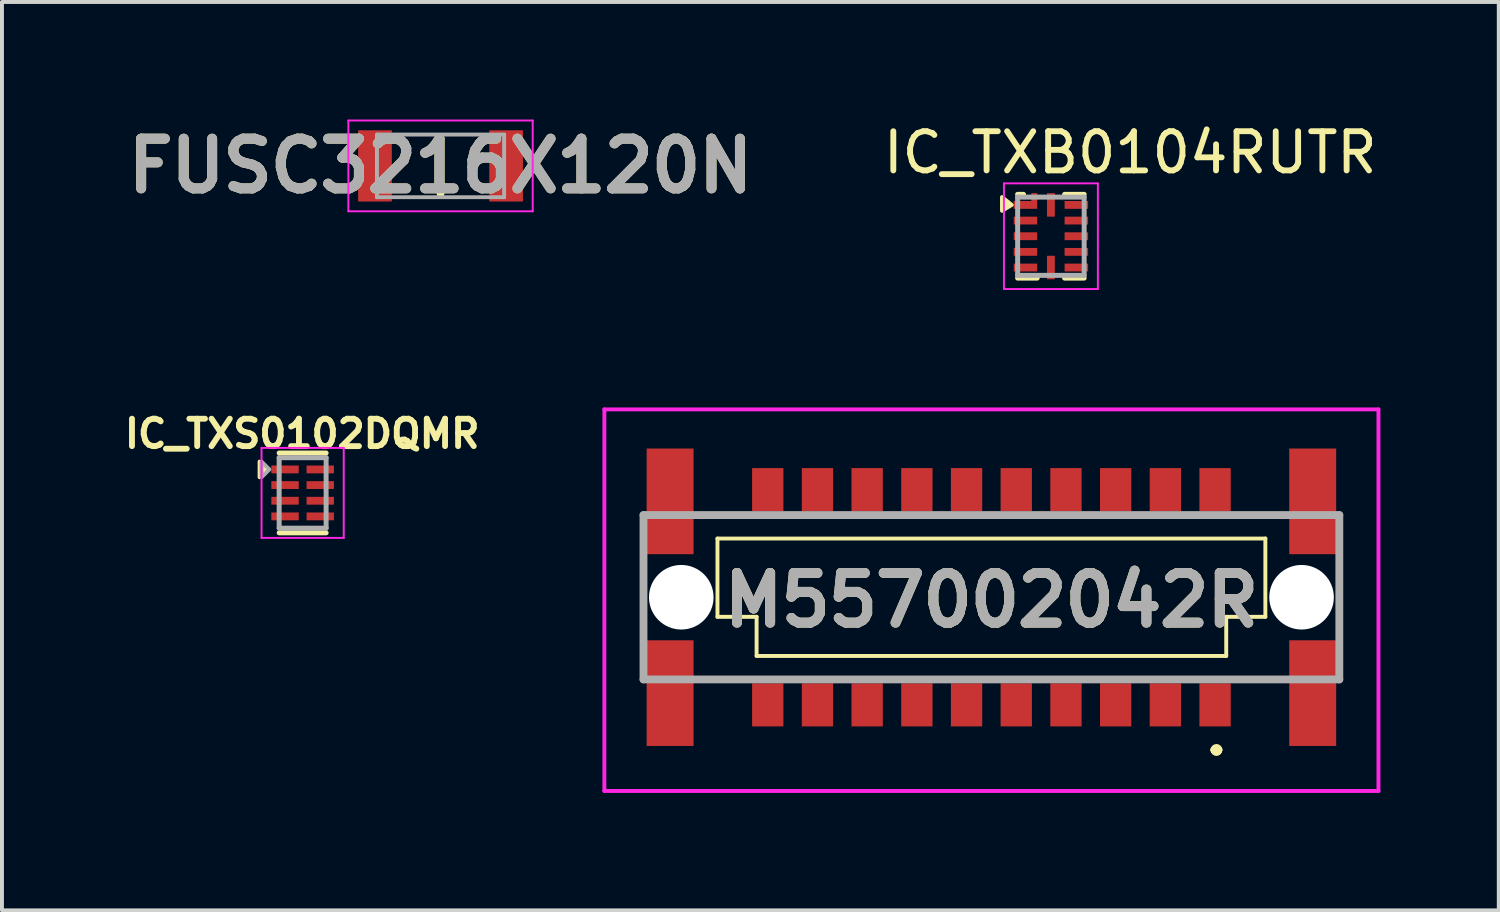
<source format=kicad_pcb>
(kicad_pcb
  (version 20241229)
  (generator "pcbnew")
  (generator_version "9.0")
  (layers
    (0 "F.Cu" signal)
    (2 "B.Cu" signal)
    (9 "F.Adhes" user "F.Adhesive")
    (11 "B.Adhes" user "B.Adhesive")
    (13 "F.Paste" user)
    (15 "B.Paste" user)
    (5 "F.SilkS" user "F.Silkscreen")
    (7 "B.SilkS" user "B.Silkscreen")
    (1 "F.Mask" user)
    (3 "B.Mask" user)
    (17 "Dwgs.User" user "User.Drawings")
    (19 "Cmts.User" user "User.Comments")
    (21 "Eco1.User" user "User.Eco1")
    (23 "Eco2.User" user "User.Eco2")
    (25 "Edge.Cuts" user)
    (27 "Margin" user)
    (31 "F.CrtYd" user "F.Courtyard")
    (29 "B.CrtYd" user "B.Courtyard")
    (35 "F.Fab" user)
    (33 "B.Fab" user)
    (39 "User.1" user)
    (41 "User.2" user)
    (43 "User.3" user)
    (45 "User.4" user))
  (footprint "IC_TXB0104RUTR"
    (layer "F.Cu")
    (at 23.803 2.986)
    (property "Reference" "IC_TXB0104RUTR" (at 2.027 -2.137 0) (layer "F.SilkS") (effects (font (size 1.001 1.001) (thickness 0.15))))
    (attr smd)
    (fp_line (start -0.85 -1.07) (end -0.7 -1.07) (stroke (width 0.127) (type solid)) (layer "F.SilkS"))
    (fp_line (start -0.85 1.07) (end -0.35 1.07) (stroke (width 0.127) (type solid)) (layer "F.SilkS"))
    (fp_line (start 0.35 -1.07) (end 0.85 -1.07) (stroke (width 0.127) (type solid)) (layer "F.SilkS"))
    (fp_line (start 0.85 1.07) (end 0.35 1.07) (stroke (width 0.127) (type solid)) (layer "F.SilkS"))
    (fp_poly (pts (xy -1 -0.8) (xy -1.25 -1) (xy -1.25 -0.65)) (stroke (width 0.1) (type solid)) (fill yes) (layer "F.SilkS"))
    (fp_poly (pts (xy -0.901 -0.5) (xy -0.4 -0.5) (xy -0.4 -0.3) (xy -0.901 -0.3)) (stroke (width 0.01) (type solid)) (fill yes) (layer "F.Paste"))
    (fp_poly (pts (xy -0.901 0.3) (xy -0.4 0.3) (xy -0.4 0.5) (xy -0.901 0.5)) (stroke (width 0.01) (type solid)) (fill yes) (layer "F.Paste"))
    (fp_poly (pts (xy -0.9 -0.9) (xy -0.4 -0.9) (xy -0.4 -0.7) (xy -0.9 -0.7)) (stroke (width 0.01) (type solid)) (fill yes) (layer "F.Paste"))
    (fp_poly (pts (xy -0.9 0.7) (xy -0.4 0.7) (xy -0.4 0.9) (xy -0.9 0.9)) (stroke (width 0.01) (type solid)) (fill yes) (layer "F.Paste"))
    (fp_poly (pts (xy -0.9 -0.1) (xy -0.4 -0.1) (xy -0.4 0.1) (xy -0.9 0.1)) (stroke (width 0.01) (type solid)) (fill yes) (layer "F.Paste"))
    (fp_poly (pts (xy -0.501 -1.05) (xy -0.35 -1.05) (xy -0.35 -0.901) (xy -0.501 -0.901)) (stroke (width 0.01) (type solid)) (fill yes) (layer "F.Paste"))
    (fp_poly (pts (xy -0.1 0.55) (xy 0.1 0.55) (xy 0.1 1.051) (xy -0.1 1.051)) (stroke (width 0.01) (type solid)) (fill yes) (layer "F.Paste"))
    (fp_poly (pts (xy -0.1 -1.05) (xy 0.1 -1.05) (xy 0.1 -0.55) (xy -0.1 -0.55)) (stroke (width 0.01) (type solid)) (fill yes) (layer "F.Paste"))
    (fp_poly (pts (xy 0.4 -0.5) (xy 0.9 -0.5) (xy 0.9 -0.3) (xy 0.4 -0.3)) (stroke (width 0.01) (type solid)) (fill yes) (layer "F.Paste"))
    (fp_poly (pts (xy 0.4 0.7) (xy 0.9 0.7) (xy 0.9 0.901) (xy 0.4 0.901)) (stroke (width 0.01) (type solid)) (fill yes) (layer "F.Paste"))
    (fp_poly (pts (xy 0.4 0.3) (xy 0.9 0.3) (xy 0.9 0.5) (xy 0.4 0.5)) (stroke (width 0.01) (type solid)) (fill yes) (layer "F.Paste"))
    (fp_poly (pts (xy 0.4 -0.9) (xy 0.9 -0.9) (xy 0.9 -0.701) (xy 0.4 -0.701)) (stroke (width 0.01) (type solid)) (fill yes) (layer "F.Paste"))
    (fp_poly (pts (xy 0.401 -0.1) (xy 0.9 -0.1) (xy 0.9 0.1) (xy 0.401 0.1)) (stroke (width 0.01) (type solid)) (fill yes) (layer "F.Paste"))
    (fp_line (start -1.2 -1.35) (end 1.2 -1.35) (stroke (width 0.05) (type solid)) (layer "F.CrtYd"))
    (fp_line (start -1.2 1.35) (end -1.2 -1.35) (stroke (width 0.05) (type solid)) (layer "F.CrtYd"))
    (fp_line (start 1.2 -1.35) (end 1.2 1.35) (stroke (width 0.05) (type solid)) (layer "F.CrtYd"))
    (fp_line (start 1.2 1.35) (end -1.2 1.35) (stroke (width 0.05) (type solid)) (layer "F.CrtYd"))
    (fp_line (start -0.85 -1) (end 0.85 -1) (stroke (width 0.127) (type solid)) (layer "F.Fab"))
    (fp_line (start -0.85 1) (end -0.85 -1) (stroke (width 0.127) (type solid)) (layer "F.Fab"))
    (fp_line (start 0.85 -1) (end 0.85 1) (stroke (width 0.127) (type solid)) (layer "F.Fab"))
    (fp_line (start 0.85 1) (end -0.85 1) (stroke (width 0.127) (type solid)) (layer "F.Fab"))
    (pad "1" smd rect (at -0.65 -0.8) (size 0.6 0.2) (layers "F.Cu" "F.Mask"))
    (pad "1" smd rect (at -0.425 -1) (size 0.15 0.2) (layers "F.Cu" "F.Mask"))
    (pad "2" smd rect (at -0.65 -0.4) (size 0.6 0.2) (layers "F.Cu" "F.Mask"))
    (pad "3" smd rect (at -0.65 0) (size 0.6 0.2) (layers "F.Cu" "F.Mask"))
    (pad "4" smd rect (at -0.65 0.4) (size 0.6 0.2) (layers "F.Cu" "F.Mask"))
    (pad "5" smd rect (at -0.65 0.8) (size 0.6 0.2) (layers "F.Cu" "F.Mask"))
    (pad "6" smd rect (at 0 0.8) (size 0.2 0.6) (layers "F.Cu" "F.Mask"))
    (pad "7" smd rect (at 0.65 0.8) (size 0.6 0.2) (layers "F.Cu" "F.Mask"))
    (pad "8" smd rect (at 0.65 0.4) (size 0.6 0.2) (layers "F.Cu" "F.Mask"))
    (pad "9" smd rect (at 0.65 0) (size 0.6 0.2) (layers "F.Cu" "F.Mask"))
    (pad "10" smd rect (at 0.65 -0.4) (size 0.6 0.2) (layers "F.Cu" "F.Mask"))
    (pad "11" smd rect (at 0.65 -0.8) (size 0.6 0.2) (layers "F.Cu" "F.Mask"))
    (pad "12" smd rect (at 0 -0.8) (size 0.2 0.6) (layers "F.Cu" "F.Mask")))
  (footprint "FUSC3216X120N"
    (layer "F.Cu")
    (at 8.207 1.189)
    (property "Reference" "FUSC3216X120N" (at 0 0 0) (layer "F.SilkS") (effects (font (size 1.27 1.27) (thickness 0.254))))
    (attr smd)
    (fp_line (start 0 -0.7) (end 0 0.7) (stroke (width 0.2) (type solid)) (layer "F.SilkS"))
    (fp_line (start -2.355 -1.16) (end 2.355 -1.16) (stroke (width 0.05) (type solid)) (layer "F.CrtYd"))
    (fp_line (start -2.355 1.16) (end -2.355 -1.16) (stroke (width 0.05) (type solid)) (layer "F.CrtYd"))
    (fp_line (start 2.355 -1.16) (end 2.355 1.16) (stroke (width 0.05) (type solid)) (layer "F.CrtYd"))
    (fp_line (start 2.355 1.16) (end -2.355 1.16) (stroke (width 0.05) (type solid)) (layer "F.CrtYd"))
    (fp_line (start -1.625 -0.8) (end 1.625 -0.8) (stroke (width 0.1) (type solid)) (layer "F.Fab"))
    (fp_line (start -1.625 0.8) (end -1.625 -0.8) (stroke (width 0.1) (type solid)) (layer "F.Fab"))
    (fp_line (start 1.625 -0.8) (end 1.625 0.8) (stroke (width 0.1) (type solid)) (layer "F.Fab"))
    (fp_line (start 1.625 0.8) (end -1.625 0.8) (stroke (width 0.1) (type solid)) (layer "F.Fab"))
    (fp_text user "${REFERENCE}" (at 0 0 0) (layer "F.Fab") (effects (font (size 1.27 1.27) (thickness 0.254))))
    (pad "1" smd rect (at -1.675 0) (size 0.86 1.82) (layers "F.Cu" "F.Mask" "F.Paste"))
    (pad "2" smd rect (at 1.675 0) (size 0.86 1.82) (layers "F.Cu" "F.Mask" "F.Paste")))
  (footprint "IC_TXS0102DQMR"
    (layer "F.Cu")
    (at 4.683 9.545)
    (property "Reference" "IC_TXS0102DQMR" (at -0.011 -1.512 0) (layer "F.SilkS") (effects (font (size 0.7 0.7) (thickness 0.15))))
    (attr smd)
    (fp_poly (pts (xy -0.85 -0.75) (xy -0.05 -0.75) (xy -0.05 -0.45) (xy -0.85 -0.45)) (stroke (width 0.01) (type solid)) (fill yes) (layer "F.Mask"))
    (fp_poly (pts (xy -0.85 -0.35) (xy -0.05 -0.35) (xy -0.05 -0.05) (xy -0.85 -0.05)) (stroke (width 0.01) (type solid)) (fill yes) (layer "F.Mask"))
    (fp_poly (pts (xy -0.85 0.05) (xy -0.05 0.05) (xy -0.05 0.35) (xy -0.85 0.35)) (stroke (width 0.01) (type solid)) (fill yes) (layer "F.Mask"))
    (fp_poly (pts (xy -0.85 0.45) (xy -0.05 0.45) (xy -0.05 0.75) (xy -0.85 0.75)) (stroke (width 0.01) (type solid)) (fill yes) (layer "F.Mask"))
    (fp_poly (pts (xy 0.05 -0.75) (xy 0.85 -0.75) (xy 0.85 -0.45) (xy 0.05 -0.45)) (stroke (width 0.01) (type solid)) (fill yes) (layer "F.Mask"))
    (fp_poly (pts (xy 0.05 -0.35) (xy 0.85 -0.35) (xy 0.85 -0.05) (xy 0.05 -0.05)) (stroke (width 0.01) (type solid)) (fill yes) (layer "F.Mask"))
    (fp_poly (pts (xy 0.05 0.05) (xy 0.85 0.05) (xy 0.85 0.35) (xy 0.05 0.35)) (stroke (width 0.01) (type solid)) (fill yes) (layer "F.Mask"))
    (fp_poly (pts (xy 0.05 0.45) (xy 0.85 0.45) (xy 0.85 0.75) (xy 0.05 0.75)) (stroke (width 0.01) (type solid)) (fill yes) (layer "F.Mask"))
    (fp_line (start -0.6 -1.02) (end 0.6 -1.02) (stroke (width 0.127) (type solid)) (layer "F.SilkS"))
    (fp_line (start -0.6 1.02) (end 0.6 1.02) (stroke (width 0.127) (type solid)) (layer "F.SilkS"))
    (fp_poly (pts (xy -0.9 -0.6) (xy -1.1 -0.8) (xy -1.1 -0.4)) (stroke (width 0.1) (type solid)) (fill yes) (layer "F.SilkS"))
    (fp_line (start -1.05 -1.15) (end -1.05 1.15) (stroke (width 0.05) (type solid)) (layer "F.CrtYd"))
    (fp_line (start -1.05 -1.15) (end 1.05 -1.15) (stroke (width 0.05) (type solid)) (layer "F.CrtYd"))
    (fp_line (start -1.05 1.15) (end 1.05 1.15) (stroke (width 0.05) (type solid)) (layer "F.CrtYd"))
    (fp_line (start 1.05 -1.15) (end 1.05 1.15) (stroke (width 0.05) (type solid)) (layer "F.CrtYd"))
    (fp_line (start -0.6 -0.9) (end -0.6 0.9) (stroke (width 0.127) (type solid)) (layer "F.Fab"))
    (fp_line (start -0.6 -0.9) (end 0.6 -0.9) (stroke (width 0.127) (type solid)) (layer "F.Fab"))
    (fp_line (start -0.6 0.9) (end 0.6 0.9) (stroke (width 0.127) (type solid)) (layer "F.Fab"))
    (fp_line (start 0.6 -0.9) (end 0.6 0.9) (stroke (width 0.127) (type solid)) (layer "F.Fab"))
    (fp_poly (pts (xy -0.85 -0.6) (xy -1.05 -0.8) (xy -1.05 -0.4)) (stroke (width 0.1) (type solid)) (fill no) (layer "F.Fab"))
    (pad "1" smd rect (at -0.45 -0.6) (size 0.7 0.2) (layers "F.Cu" "F.Paste"))
    (pad "2" smd rect (at -0.45 -0.2) (size 0.7 0.2) (layers "F.Cu" "F.Paste"))
    (pad "3" smd rect (at -0.45 0.2) (size 0.7 0.2) (layers "F.Cu" "F.Paste"))
    (pad "4" smd rect (at -0.45 0.6) (size 0.7 0.2) (layers "F.Cu" "F.Paste"))
    (pad "5" smd rect (at 0.45 0.6) (size 0.7 0.2) (layers "F.Cu" "F.Paste"))
    (pad "6" smd rect (at 0.45 0.2) (size 0.7 0.2) (layers "F.Cu" "F.Paste"))
    (pad "7" smd rect (at 0.45 -0.2) (size 0.7 0.2) (layers "F.Cu" "F.Paste"))
    (pad "8" smd rect (at 0.45 -0.6) (size 0.7 0.2) (layers "F.Cu" "F.Paste")))
  (footprint "M557002042R"
    (layer "F.Cu")
    (at 22.283 12.211)
    (property "Reference" "M557002042R" (at 0 0.075 0) (layer "F.SilkS") (effects (font (size 1.27 1.27) (thickness 0.254))))
    (attr through_hole)
    (fp_line (start -7.2 -2.1) (end -7.2 -2.1) (stroke (width 0.1) (type solid)) (layer "F.SilkS"))
    (fp_line (start -7.2 -2.1) (end -6.4 -2.1) (stroke (width 0.1) (type solid)) (layer "F.SilkS"))
    (fp_line (start -7.2 2.1) (end -7.2 2.1) (stroke (width 0.1) (type solid)) (layer "F.SilkS"))
    (fp_line (start -7.2 2.1) (end -6.4 2.1) (stroke (width 0.1) (type solid)) (layer "F.SilkS"))
    (fp_line (start -7 -1.5) (end -7 0.5) (stroke (width 0.1) (type default)) (layer "F.SilkS"))
    (fp_line (start -7 0.5) (end -6 0.5) (stroke (width 0.1) (type default)) (layer "F.SilkS"))
    (fp_line (start -6.4 -2.1) (end -7.2 -2.1) (stroke (width 0.1) (type solid)) (layer "F.SilkS"))
    (fp_line (start -6.4 -2.1) (end -6.4 -2.1) (stroke (width 0.1) (type solid)) (layer "F.SilkS"))
    (fp_line (start -6.4 2.1) (end -7.2 2.1) (stroke (width 0.1) (type solid)) (layer "F.SilkS"))
    (fp_line (start -6.4 2.1) (end -6.4 2.1) (stroke (width 0.1) (type solid)) (layer "F.SilkS"))
    (fp_line (start -6 0.5) (end -6 1.5) (stroke (width 0.1) (type default)) (layer "F.SilkS"))
    (fp_line (start -6 1.5) (end 6 1.5) (stroke (width 0.1) (type default)) (layer "F.SilkS"))
    (fp_line (start 5.7 3.9) (end 5.7 3.9) (stroke (width 0.2) (type solid)) (layer "F.SilkS"))
    (fp_line (start 5.7 3.9) (end 5.7 3.9) (stroke (width 0.2) (type solid)) (layer "F.SilkS"))
    (fp_line (start 5.8 3.9) (end 5.8 3.9) (stroke (width 0.2) (type solid)) (layer "F.SilkS"))
    (fp_line (start 6 0.5) (end 7 0.5) (stroke (width 0.1) (type default)) (layer "F.SilkS"))
    (fp_line (start 6 1.5) (end 6 0.5) (stroke (width 0.1) (type default)) (layer "F.SilkS"))
    (fp_line (start 6.4 -2.1) (end 6.4 -2.1) (stroke (width 0.1) (type solid)) (layer "F.SilkS"))
    (fp_line (start 6.4 -2.1) (end 7.2 -2.1) (stroke (width 0.1) (type solid)) (layer "F.SilkS"))
    (fp_line (start 6.4 2.1) (end 6.4 2.1) (stroke (width 0.1) (type solid)) (layer "F.SilkS"))
    (fp_line (start 6.4 2.1) (end 7.2 2.1) (stroke (width 0.1) (type solid)) (layer "F.SilkS"))
    (fp_line (start 7 -1.5) (end -7 -1.5) (stroke (width 0.1) (type default)) (layer "F.SilkS"))
    (fp_line (start 7 0.5) (end 7 -1.5) (stroke (width 0.1) (type default)) (layer "F.SilkS"))
    (fp_line (start 7.2 -2.1) (end 6.4 -2.1) (stroke (width 0.1) (type solid)) (layer "F.SilkS"))
    (fp_line (start 7.2 -2.1) (end 7.2 -2.1) (stroke (width 0.1) (type solid)) (layer "F.SilkS"))
    (fp_line (start 7.2 2.1) (end 6.4 2.1) (stroke (width 0.1) (type solid)) (layer "F.SilkS"))
    (fp_line (start 7.2 2.1) (end 7.2 2.1) (stroke (width 0.1) (type solid)) (layer "F.SilkS"))
    (fp_arc (start 5.7 3.9) (mid 5.75 3.85) (end 5.8 3.9) (stroke (width 0.2) (type solid)) (layer "F.SilkS"))
    (fp_arc (start 5.8 3.9) (mid 5.75 3.95) (end 5.7 3.9) (stroke (width 0.2) (type solid)) (layer "F.SilkS"))
    (fp_arc (start 5.8 3.9) (mid 5.75 3.95) (end 5.7 3.9) (stroke (width 0.2) (type solid)) (layer "F.SilkS"))
    (fp_line (start -9.89 -4.8) (end 9.89 -4.8) (stroke (width 0.1) (type solid)) (layer "F.CrtYd"))
    (fp_line (start -9.89 4.95) (end -9.89 -4.8) (stroke (width 0.1) (type solid)) (layer "F.CrtYd"))
    (fp_line (start 9.89 -4.8) (end 9.89 4.95) (stroke (width 0.1) (type solid)) (layer "F.CrtYd"))
    (fp_line (start 9.89 4.95) (end -9.89 4.95) (stroke (width 0.1) (type solid)) (layer "F.CrtYd"))
    (fp_line (start -8.89 -2.1) (end -8.89 2.1) (stroke (width 0.2) (type solid)) (layer "F.Fab"))
    (fp_line (start -8.89 2.1) (end 8.89 2.1) (stroke (width 0.2) (type solid)) (layer "F.Fab"))
    (fp_line (start 8.89 -2.1) (end -8.89 -2.1) (stroke (width 0.2) (type solid)) (layer "F.Fab"))
    (fp_line (start 8.89 2.1) (end 8.89 -2.1) (stroke (width 0.2) (type solid)) (layer "F.Fab"))
    (fp_text user "${REFERENCE}" (at 0 0.075 0) (layer "F.Fab") (effects (font (size 1.27 1.27) (thickness 0.254))))
    (pad "" np_thru_hole circle (at -7.925 0) (size 1.65 1.65) (drill 1.65) (layers "*.Cu" "*.Mask"))
    (pad "" np_thru_hole circle (at 7.925 0) (size 1.65 1.65) (drill 1.65) (layers "*.Cu" "*.Mask"))
    (pad "A1" smd rect (at 5.715 2.75) (size 0.8 1.1) (layers "F.Cu" "F.Mask" "F.Paste"))
    (pad "A2" smd rect (at 4.445 2.75) (size 0.8 1.1) (layers "F.Cu" "F.Mask" "F.Paste"))
    (pad "A3" smd rect (at 3.175 2.75) (size 0.8 1.1) (layers "F.Cu" "F.Mask" "F.Paste"))
    (pad "A4" smd rect (at 1.905 2.75) (size 0.8 1.1) (layers "F.Cu" "F.Mask" "F.Paste"))
    (pad "A5" smd rect (at 0.635 2.75) (size 0.8 1.1) (layers "F.Cu" "F.Mask" "F.Paste"))
    (pad "A6" smd rect (at -0.635 2.75) (size 0.8 1.1) (layers "F.Cu" "F.Mask" "F.Paste"))
    (pad "A7" smd rect (at -1.905 2.75) (size 0.8 1.1) (layers "F.Cu" "F.Mask" "F.Paste"))
    (pad "A8" smd rect (at -3.175 2.75) (size 0.8 1.1) (layers "F.Cu" "F.Mask" "F.Paste"))
    (pad "A9" smd rect (at -4.445 2.75) (size 0.8 1.1) (layers "F.Cu" "F.Mask" "F.Paste"))
    (pad "A10" smd rect (at -5.715 2.75) (size 0.8 1.1) (layers "F.Cu" "F.Mask" "F.Paste"))
    (pad "B1" smd rect (at 5.715 -2.75) (size 0.8 1.1) (layers "F.Cu" "F.Mask" "F.Paste"))
    (pad "B2" smd rect (at 4.445 -2.75) (size 0.8 1.1) (layers "F.Cu" "F.Mask" "F.Paste"))
    (pad "B3" smd rect (at 3.175 -2.75) (size 0.8 1.1) (layers "F.Cu" "F.Mask" "F.Paste"))
    (pad "B4" smd rect (at 1.905 -2.75) (size 0.8 1.1) (layers "F.Cu" "F.Mask" "F.Paste"))
    (pad "B5" smd rect (at 0.635 -2.75) (size 0.8 1.1) (layers "F.Cu" "F.Mask" "F.Paste"))
    (pad "B6" smd rect (at -0.635 -2.75) (size 0.8 1.1) (layers "F.Cu" "F.Mask" "F.Paste"))
    (pad "B7" smd rect (at -1.905 -2.75) (size 0.8 1.1) (layers "F.Cu" "F.Mask" "F.Paste"))
    (pad "B8" smd rect (at -3.175 -2.75) (size 0.8 1.1) (layers "F.Cu" "F.Mask" "F.Paste"))
    (pad "B9" smd rect (at -4.445 -2.75) (size 0.8 1.1) (layers "F.Cu" "F.Mask" "F.Paste"))
    (pad "B10" smd rect (at -5.715 -2.75) (size 0.8 1.1) (layers "F.Cu" "F.Mask" "F.Paste"))
    (pad "MP1" smd rect (at 8.21 2.45) (size 1.2 2.7) (layers "F.Cu" "F.Mask" "F.Paste"))
    (pad "MP2" smd rect (at 8.21 -2.45) (size 1.2 2.7) (layers "F.Cu" "F.Mask" "F.Paste"))
    (pad "MP3" smd rect (at -8.21 2.45) (size 1.2 2.7) (layers "F.Cu" "F.Mask" "F.Paste"))
    (pad "MP4" smd rect (at -8.21 -2.45) (size 1.2 2.7) (layers "F.Cu" "F.Mask" "F.Paste")))
  (gr_rect
    (start -3 -3)
    (end 35.247 20.211)
    (stroke (width 0.1) (type default))
    (fill no)
    (layer "Edge.Cuts")))
</source>
